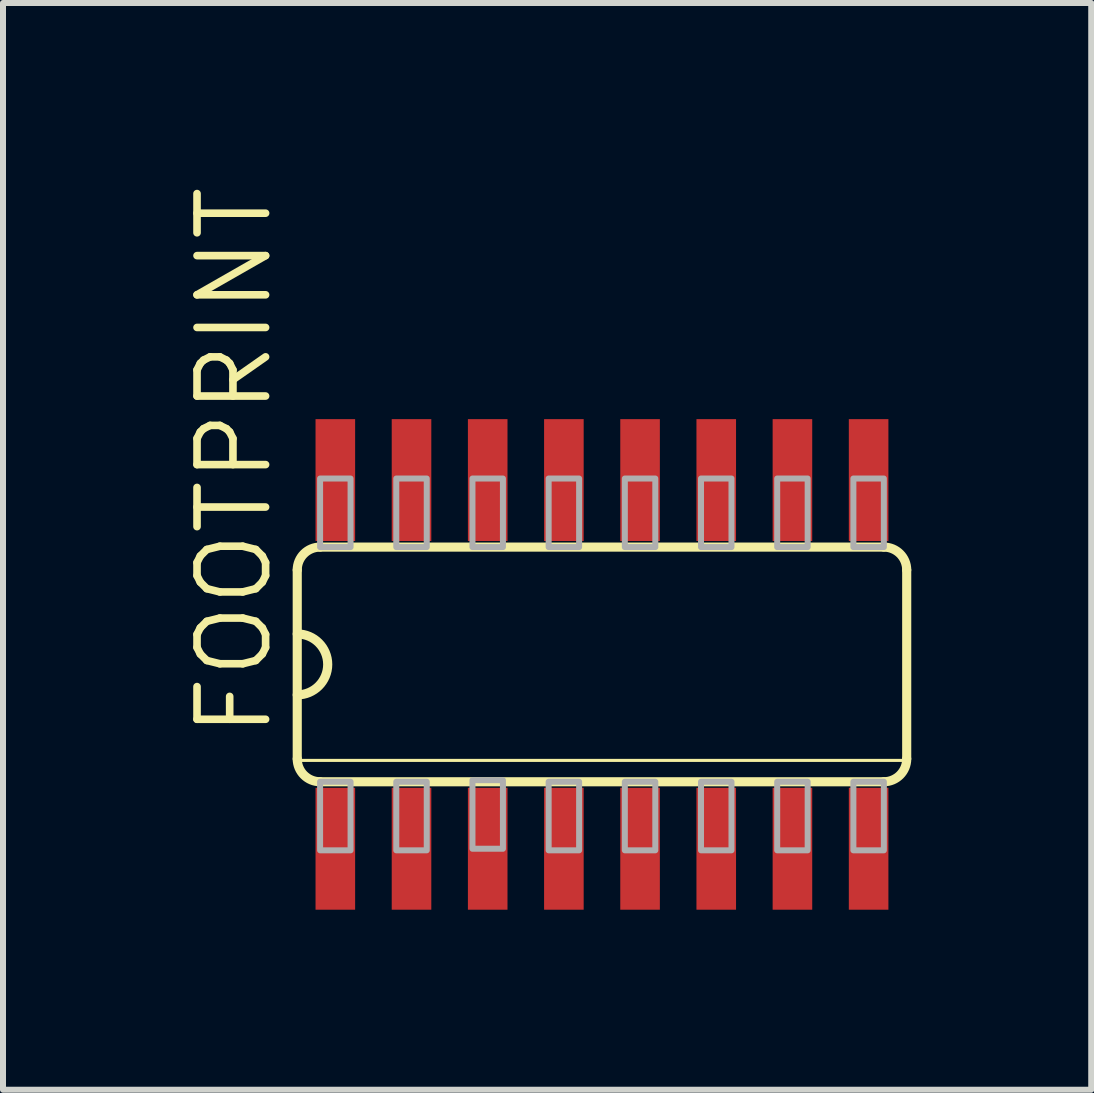
<source format=kicad_pcb>
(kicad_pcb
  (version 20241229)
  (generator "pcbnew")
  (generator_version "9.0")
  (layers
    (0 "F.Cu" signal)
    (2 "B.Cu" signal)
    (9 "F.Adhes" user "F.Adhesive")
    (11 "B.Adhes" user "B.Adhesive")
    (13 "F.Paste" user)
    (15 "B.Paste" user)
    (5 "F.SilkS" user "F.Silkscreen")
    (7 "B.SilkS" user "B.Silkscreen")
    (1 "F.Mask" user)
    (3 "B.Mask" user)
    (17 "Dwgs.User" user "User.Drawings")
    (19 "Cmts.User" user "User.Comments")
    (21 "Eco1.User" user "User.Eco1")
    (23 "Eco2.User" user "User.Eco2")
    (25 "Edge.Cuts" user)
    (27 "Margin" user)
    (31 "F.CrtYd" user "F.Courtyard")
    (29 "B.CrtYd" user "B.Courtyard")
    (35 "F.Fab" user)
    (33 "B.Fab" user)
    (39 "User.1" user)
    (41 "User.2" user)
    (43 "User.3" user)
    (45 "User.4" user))
  (footprint "FOOTPRINT"
    (layer "F.Cu")
    (at 6.985 8.026)
    (property "Reference" "FOOTPRINT" (at -5.461 1.27 90) (layer "F.SilkS") (effects (font (size 1.143 1.143) (thickness 0.127)) (justify left bottom)))
    (fp_line (start -5.08 -1.575) (end -5.08 1.575) (stroke (width 0.152) (type solid)) (layer "F.SilkS"))
    (fp_line (start -5.08 1.6) (end 5.08 1.6) (stroke (width 0.051) (type solid)) (layer "F.SilkS"))
    (fp_line (start -4.699 1.956) (end 4.699 1.956) (stroke (width 0.152) (type solid)) (layer "F.SilkS"))
    (fp_line (start 4.699 -1.956) (end -4.699 -1.956) (stroke (width 0.152) (type solid)) (layer "F.SilkS"))
    (fp_line (start 5.08 1.575) (end 5.08 -1.575) (stroke (width 0.152) (type solid)) (layer "F.SilkS"))
    (fp_arc (start -5.08 -1.5748) (mid -4.968408 -1.844208) (end -4.699 -1.9558) (stroke (width 0.1524) (type solid)) (layer "F.SilkS"))
    (fp_arc (start -5.08 -0.508) (mid -4.572 0) (end -5.08 0.508) (stroke (width 0.1524) (type solid)) (layer "F.SilkS"))
    (fp_arc (start -4.699 1.9558) (mid -4.968408 1.844208) (end -5.08 1.5748) (stroke (width 0.1524) (type solid)) (layer "F.SilkS"))
    (fp_arc (start 4.699 -1.9558) (mid 4.968408 -1.844208) (end 5.08 -1.5748) (stroke (width 0.1524) (type solid)) (layer "F.SilkS"))
    (fp_arc (start 5.08 1.5748) (mid 4.968408 1.844208) (end 4.699 1.9558) (stroke (width 0.1524) (type solid)) (layer "F.SilkS"))
    (fp_poly (pts (xy -4.699 -1.956) (xy -4.191 -1.956) (xy -4.191 -3.099) (xy -4.699 -3.099)) (stroke (width 0.1) (type solid)) (fill no) (layer "F.Fab"))
    (fp_poly (pts (xy -4.699 3.099) (xy -4.191 3.099) (xy -4.191 1.956) (xy -4.699 1.956)) (stroke (width 0.1) (type solid)) (fill no) (layer "F.Fab"))
    (fp_poly (pts (xy -3.429 -1.956) (xy -2.921 -1.956) (xy -2.921 -3.099) (xy -3.429 -3.099)) (stroke (width 0.1) (type solid)) (fill no) (layer "F.Fab"))
    (fp_poly (pts (xy -3.429 3.099) (xy -2.921 3.099) (xy -2.921 1.956) (xy -3.429 1.956)) (stroke (width 0.1) (type solid)) (fill no) (layer "F.Fab"))
    (fp_poly (pts (xy -2.159 -1.956) (xy -1.651 -1.956) (xy -1.651 -3.099) (xy -2.159 -3.099)) (stroke (width 0.1) (type solid)) (fill no) (layer "F.Fab"))
    (fp_poly (pts (xy -2.159 3.073) (xy -1.651 3.073) (xy -1.651 1.93) (xy -2.159 1.93)) (stroke (width 0.1) (type solid)) (fill no) (layer "F.Fab"))
    (fp_poly (pts (xy -0.889 -1.956) (xy -0.381 -1.956) (xy -0.381 -3.099) (xy -0.889 -3.099)) (stroke (width 0.1) (type solid)) (fill no) (layer "F.Fab"))
    (fp_poly (pts (xy -0.889 3.099) (xy -0.381 3.099) (xy -0.381 1.956) (xy -0.889 1.956)) (stroke (width 0.1) (type solid)) (fill no) (layer "F.Fab"))
    (fp_poly (pts (xy 0.381 -1.956) (xy 0.889 -1.956) (xy 0.889 -3.099) (xy 0.381 -3.099)) (stroke (width 0.1) (type solid)) (fill no) (layer "F.Fab"))
    (fp_poly (pts (xy 0.381 3.099) (xy 0.889 3.099) (xy 0.889 1.956) (xy 0.381 1.956)) (stroke (width 0.1) (type solid)) (fill no) (layer "F.Fab"))
    (fp_poly (pts (xy 1.651 -1.956) (xy 2.159 -1.956) (xy 2.159 -3.099) (xy 1.651 -3.099)) (stroke (width 0.1) (type solid)) (fill no) (layer "F.Fab"))
    (fp_poly (pts (xy 1.651 3.099) (xy 2.159 3.099) (xy 2.159 1.956) (xy 1.651 1.956)) (stroke (width 0.1) (type solid)) (fill no) (layer "F.Fab"))
    (fp_poly (pts (xy 2.921 -1.956) (xy 3.429 -1.956) (xy 3.429 -3.099) (xy 2.921 -3.099)) (stroke (width 0.1) (type solid)) (fill no) (layer "F.Fab"))
    (fp_poly (pts (xy 2.921 3.099) (xy 3.429 3.099) (xy 3.429 1.956) (xy 2.921 1.956)) (stroke (width 0.1) (type solid)) (fill no) (layer "F.Fab"))
    (fp_poly (pts (xy 4.191 -1.956) (xy 4.699 -1.956) (xy 4.699 -3.099) (xy 4.191 -3.099)) (stroke (width 0.1) (type solid)) (fill no) (layer "F.Fab"))
    (fp_poly (pts (xy 4.191 3.099) (xy 4.699 3.099) (xy 4.699 1.956) (xy 4.191 1.956)) (stroke (width 0.1) (type solid)) (fill no) (layer "F.Fab"))
    (pad "1" smd rect (at -4.445 3.073) (size 0.66 2.032) (layers "F.Cu" "F.Mask" "F.Paste"))
    (pad "2" smd rect (at -3.175 3.073) (size 0.66 2.032) (layers "F.Cu" "F.Mask" "F.Paste"))
    (pad "3" smd rect (at -1.905 3.073) (size 0.66 2.032) (layers "F.Cu" "F.Mask" "F.Paste"))
    (pad "4" smd rect (at -0.635 3.073) (size 0.66 2.032) (layers "F.Cu" "F.Mask" "F.Paste"))
    (pad "5" smd rect (at 0.635 3.073) (size 0.66 2.032) (layers "F.Cu" "F.Mask" "F.Paste"))
    (pad "6" smd rect (at 1.905 3.073) (size 0.66 2.032) (layers "F.Cu" "F.Mask" "F.Paste"))
    (pad "7" smd rect (at 3.175 3.073) (size 0.66 2.032) (layers "F.Cu" "F.Mask" "F.Paste"))
    (pad "8" smd rect (at 4.445 3.073) (size 0.66 2.032) (layers "F.Cu" "F.Mask" "F.Paste"))
    (pad "9" smd rect (at 4.445 -3.073) (size 0.66 2.032) (layers "F.Cu" "F.Mask" "F.Paste"))
    (pad "10" smd rect (at 3.175 -3.073) (size 0.66 2.032) (layers "F.Cu" "F.Mask" "F.Paste"))
    (pad "11" smd rect (at 1.905 -3.073) (size 0.66 2.032) (layers "F.Cu" "F.Mask" "F.Paste"))
    (pad "12" smd rect (at 0.635 -3.073) (size 0.66 2.032) (layers "F.Cu" "F.Mask" "F.Paste"))
    (pad "13" smd rect (at -0.635 -3.073) (size 0.66 2.032) (layers "F.Cu" "F.Mask" "F.Paste"))
    (pad "14" smd rect (at -1.905 -3.073) (size 0.66 2.032) (layers "F.Cu" "F.Mask" "F.Paste"))
    (pad "15" smd rect (at -3.175 -3.073) (size 0.66 2.032) (layers "F.Cu" "F.Mask" "F.Paste"))
    (pad "16" smd rect (at -4.445 -3.073) (size 0.66 2.032) (layers "F.Cu" "F.Mask" "F.Paste")))
  (gr_rect
    (start -3 -3)
    (end 15.141 15.116)
    (stroke (width 0.1) (type default))
    (fill no)
    (layer "Edge.Cuts")))
</source>
